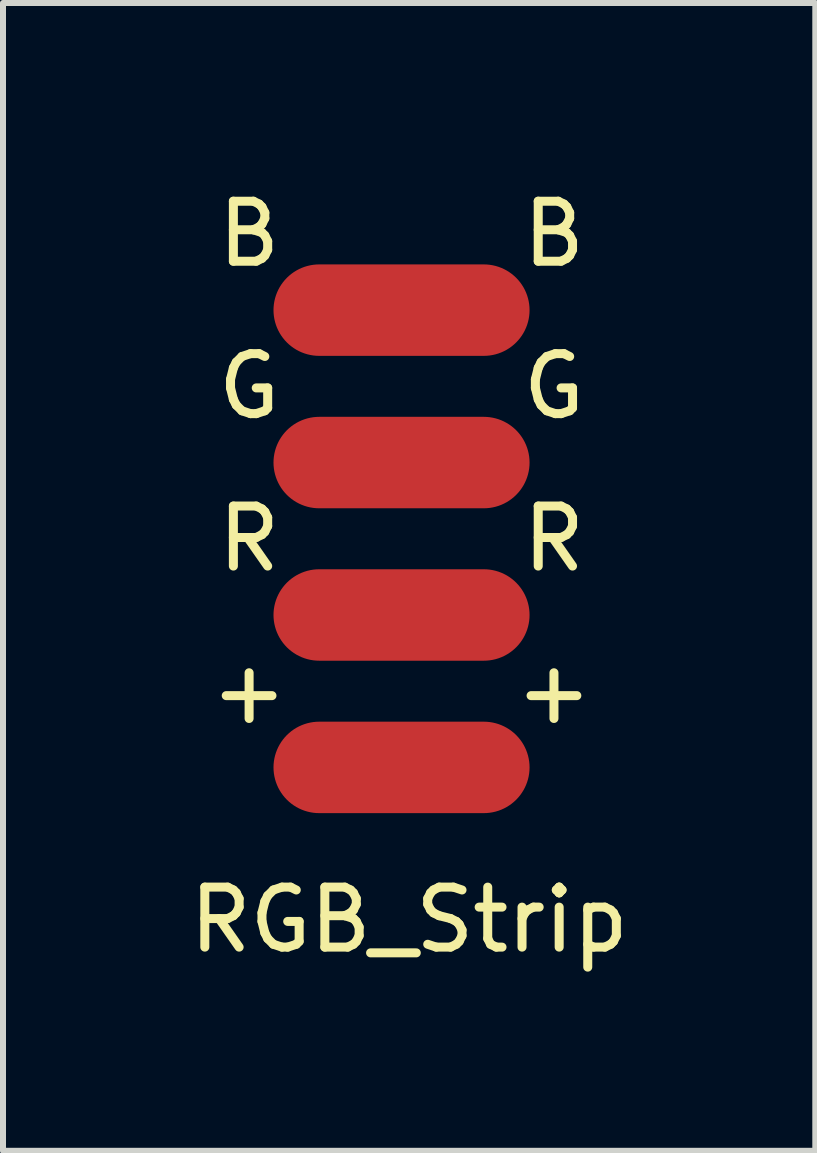
<source format=kicad_pcb>
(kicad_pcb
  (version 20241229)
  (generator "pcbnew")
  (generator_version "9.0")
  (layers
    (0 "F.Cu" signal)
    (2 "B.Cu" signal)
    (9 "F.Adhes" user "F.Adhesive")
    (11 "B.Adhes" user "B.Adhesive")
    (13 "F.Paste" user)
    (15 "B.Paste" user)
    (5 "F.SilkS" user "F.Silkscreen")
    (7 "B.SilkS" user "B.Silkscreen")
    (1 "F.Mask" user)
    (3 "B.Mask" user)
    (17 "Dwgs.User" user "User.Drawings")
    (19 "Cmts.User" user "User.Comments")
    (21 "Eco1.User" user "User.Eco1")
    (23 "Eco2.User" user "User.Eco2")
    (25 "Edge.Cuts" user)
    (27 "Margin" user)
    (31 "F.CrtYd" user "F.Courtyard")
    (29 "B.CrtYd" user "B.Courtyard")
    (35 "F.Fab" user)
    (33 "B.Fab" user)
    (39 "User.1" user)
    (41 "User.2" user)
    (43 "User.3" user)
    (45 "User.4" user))
  (footprint "RGB_Strip"
    (layer "F.Cu")
    (at 3.641 9.738)
    (property "Reference" "RGB_Strip" (at 0.127 2.54 180) (layer "F.SilkS") (effects (font (size 1 1) (thickness 0.15))))
    (attr through_hole)
    (fp_text user "+" (at 2.54 -1.27 0) (layer "F.SilkS") (effects (font (size 1 1) (thickness 0.15))))
    (fp_text user "G" (at -2.54 -6.35 0) (layer "F.SilkS") (effects (font (size 1 1) (thickness 0.15))))
    (fp_text user "R" (at 2.54 -3.81 0) (layer "F.SilkS") (effects (font (size 1 1) (thickness 0.15))))
    (fp_text user "R" (at -2.54 -3.81 0) (layer "F.SilkS") (effects (font (size 1 1) (thickness 0.15))))
    (fp_text user "+" (at -2.54 -1.27 0) (layer "F.SilkS") (effects (font (size 1 1) (thickness 0.15))))
    (fp_text user "B" (at 2.54 -8.89 0) (layer "F.SilkS") (effects (font (size 1 1) (thickness 0.15))))
    (fp_text user "G" (at 2.54 -6.35 0) (layer "F.SilkS") (effects (font (size 1 1) (thickness 0.15))))
    (fp_text user "B" (at -2.54 -8.89 0) (layer "F.SilkS") (effects (font (size 1 1) (thickness 0.15))))
    (pad "1" smd oval (at 0 0) (size 4.267 1.524) (layers "F.Cu" "F.Mask" "F.Paste"))
    (pad "2" smd oval (at 0 -2.54) (size 4.267 1.524) (layers "F.Cu" "F.Mask" "F.Paste"))
    (pad "3" smd oval (at 0 -5.08) (size 4.267 1.524) (layers "F.Cu" "F.Mask" "F.Paste"))
    (pad "4" smd oval (at 0 -7.62) (size 4.267 1.524) (layers "F.Cu" "F.Mask" "F.Paste")))
  (gr_rect
    (start -3 -3)
    (end 10.536 16.127)
    (stroke (width 0.1) (type default))
    (fill no)
    (layer "Edge.Cuts")))
</source>
